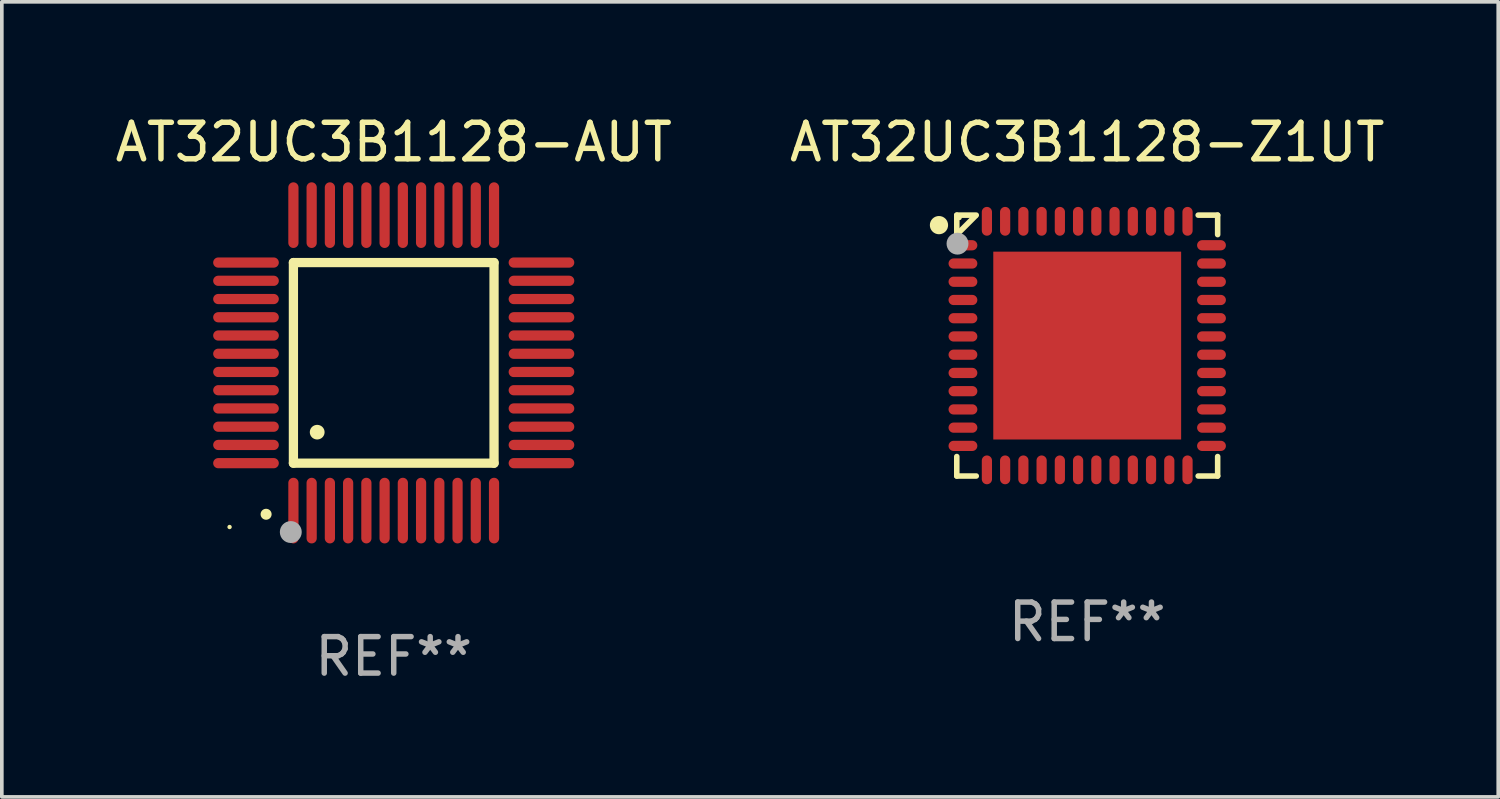
<source format=kicad_pcb>
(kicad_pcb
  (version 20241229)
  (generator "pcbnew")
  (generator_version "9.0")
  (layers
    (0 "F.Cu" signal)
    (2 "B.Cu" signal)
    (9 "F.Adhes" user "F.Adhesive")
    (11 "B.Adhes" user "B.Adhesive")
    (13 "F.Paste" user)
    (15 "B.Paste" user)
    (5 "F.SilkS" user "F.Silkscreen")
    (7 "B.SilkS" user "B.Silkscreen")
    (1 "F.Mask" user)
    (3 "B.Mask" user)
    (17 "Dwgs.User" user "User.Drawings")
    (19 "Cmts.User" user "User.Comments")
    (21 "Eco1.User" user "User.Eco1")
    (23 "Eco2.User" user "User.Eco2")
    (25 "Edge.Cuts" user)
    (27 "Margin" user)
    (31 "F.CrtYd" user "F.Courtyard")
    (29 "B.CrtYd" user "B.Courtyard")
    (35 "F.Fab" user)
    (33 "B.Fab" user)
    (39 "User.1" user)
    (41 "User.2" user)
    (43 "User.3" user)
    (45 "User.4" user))
  (footprint "AT32UC3B1128-AUT"
    (layer "F.Cu")
    (at 7.744 6.898)
    (property "Reference" "AT32UC3B1128-AUT" (at 0 -6.05 0) (layer "F.SilkS") (effects (font (size 1 1) (thickness 0.15))))
    (attr through_hole)
    (fp_line (start -2.75 -2.75) (end 2.75 -2.75) (stroke (width 0.254) (type solid)) (layer "F.SilkS"))
    (fp_line (start -2.75 2.75) (end -2.75 -2.75) (stroke (width 0.254) (type solid)) (layer "F.SilkS"))
    (fp_line (start 2.75 -2.75) (end 2.75 2.75) (stroke (width 0.254) (type solid)) (layer "F.SilkS"))
    (fp_line (start 2.75 2.75) (end -2.75 2.75) (stroke (width 0.254) (type solid)) (layer "F.SilkS"))
    (fp_arc (start -3.500127 4.150368) (mid -3.498857 4.150363) (end -3.497587 4.150368) (stroke (width 0.3) (type solid)) (layer "F.SilkS"))
    (fp_arc (start -2.100584 1.899924) (mid -2.098044 1.899908) (end -2.095504 1.899924) (stroke (width 0.4) (type solid)) (layer "F.SilkS"))
    (fp_circle (center -4.5 4.5) (end -4.47 4.5) (stroke (width 0.06) (type solid)) (fill no) (layer "F.SilkS"))
    (fp_circle (center -2.822 4.638) (end -2.672 4.638) (stroke (width 0.3) (type solid)) (fill no) (layer "F.Fab"))
    (fp_text user "REF**" (at 0 8.05 0) (layer "F.Fab") (effects (font (size 1 1) (thickness 0.15))))
    (pad "1" smd oval (at -2.75 4.05) (size 0.28 1.8) (layers "F.Cu" "F.Mask" "F.Paste"))
    (pad "2" smd oval (at -2.25 4.05) (size 0.28 1.8) (layers "F.Cu" "F.Mask" "F.Paste"))
    (pad "3" smd oval (at -1.75 4.05) (size 0.28 1.8) (layers "F.Cu" "F.Mask" "F.Paste"))
    (pad "4" smd oval (at -1.25 4.05) (size 0.28 1.8) (layers "F.Cu" "F.Mask" "F.Paste"))
    (pad "5" smd oval (at -0.75 4.05) (size 0.28 1.8) (layers "F.Cu" "F.Mask" "F.Paste"))
    (pad "6" smd oval (at -0.25 4.05) (size 0.28 1.8) (layers "F.Cu" "F.Mask" "F.Paste"))
    (pad "7" smd oval (at 0.25 4.05) (size 0.28 1.8) (layers "F.Cu" "F.Mask" "F.Paste"))
    (pad "8" smd oval (at 0.75 4.05) (size 0.28 1.8) (layers "F.Cu" "F.Mask" "F.Paste"))
    (pad "9" smd oval (at 1.25 4.05) (size 0.28 1.8) (layers "F.Cu" "F.Mask" "F.Paste"))
    (pad "10" smd oval (at 1.75 4.05) (size 0.28 1.8) (layers "F.Cu" "F.Mask" "F.Paste"))
    (pad "11" smd oval (at 2.25 4.05) (size 0.28 1.8) (layers "F.Cu" "F.Mask" "F.Paste"))
    (pad "12" smd oval (at 2.75 4.05) (size 0.28 1.8) (layers "F.Cu" "F.Mask" "F.Paste"))
    (pad "13" smd oval (at 4.05 2.75) (size 1.8 0.28) (layers "F.Cu" "F.Mask" "F.Paste"))
    (pad "14" smd oval (at 4.05 2.25) (size 1.8 0.28) (layers "F.Cu" "F.Mask" "F.Paste"))
    (pad "15" smd oval (at 4.05 1.75) (size 1.8 0.28) (layers "F.Cu" "F.Mask" "F.Paste"))
    (pad "16" smd oval (at 4.05 1.25) (size 1.8 0.28) (layers "F.Cu" "F.Mask" "F.Paste"))
    (pad "17" smd oval (at 4.05 0.75) (size 1.8 0.28) (layers "F.Cu" "F.Mask" "F.Paste"))
    (pad "18" smd oval (at 4.05 0.25) (size 1.8 0.28) (layers "F.Cu" "F.Mask" "F.Paste"))
    (pad "19" smd oval (at 4.05 -0.25) (size 1.8 0.28) (layers "F.Cu" "F.Mask" "F.Paste"))
    (pad "20" smd oval (at 4.05 -0.75) (size 1.8 0.28) (layers "F.Cu" "F.Mask" "F.Paste"))
    (pad "21" smd oval (at 4.05 -1.25) (size 1.8 0.28) (layers "F.Cu" "F.Mask" "F.Paste"))
    (pad "22" smd oval (at 4.05 -1.75) (size 1.8 0.28) (layers "F.Cu" "F.Mask" "F.Paste"))
    (pad "23" smd oval (at 4.05 -2.25) (size 1.8 0.28) (layers "F.Cu" "F.Mask" "F.Paste"))
    (pad "24" smd oval (at 4.05 -2.75) (size 1.8 0.28) (layers "F.Cu" "F.Mask" "F.Paste"))
    (pad "25" smd oval (at 2.75 -4.05) (size 0.28 1.8) (layers "F.Cu" "F.Mask" "F.Paste"))
    (pad "26" smd oval (at 2.25 -4.05) (size 0.28 1.8) (layers "F.Cu" "F.Mask" "F.Paste"))
    (pad "27" smd oval (at 1.75 -4.05) (size 0.28 1.8) (layers "F.Cu" "F.Mask" "F.Paste"))
    (pad "28" smd oval (at 1.25 -4.05) (size 0.28 1.8) (layers "F.Cu" "F.Mask" "F.Paste"))
    (pad "29" smd oval (at 0.75 -4.05) (size 0.28 1.8) (layers "F.Cu" "F.Mask" "F.Paste"))
    (pad "30" smd oval (at 0.25 -4.05) (size 0.28 1.8) (layers "F.Cu" "F.Mask" "F.Paste"))
    (pad "31" smd oval (at -0.25 -4.05) (size 0.28 1.8) (layers "F.Cu" "F.Mask" "F.Paste"))
    (pad "32" smd oval (at -0.75 -4.05) (size 0.28 1.8) (layers "F.Cu" "F.Mask" "F.Paste"))
    (pad "33" smd oval (at -1.25 -4.05) (size 0.28 1.8) (layers "F.Cu" "F.Mask" "F.Paste"))
    (pad "34" smd oval (at -1.75 -4.05) (size 0.28 1.8) (layers "F.Cu" "F.Mask" "F.Paste"))
    (pad "35" smd oval (at -2.25 -4.05) (size 0.28 1.8) (layers "F.Cu" "F.Mask" "F.Paste"))
    (pad "36" smd oval (at -2.75 -4.05) (size 0.28 1.8) (layers "F.Cu" "F.Mask" "F.Paste"))
    (pad "37" smd oval (at -4.05 -2.75) (size 1.8 0.28) (layers "F.Cu" "F.Mask" "F.Paste"))
    (pad "38" smd oval (at -4.05 -2.25) (size 1.8 0.28) (layers "F.Cu" "F.Mask" "F.Paste"))
    (pad "39" smd oval (at -4.05 -1.75) (size 1.8 0.28) (layers "F.Cu" "F.Mask" "F.Paste"))
    (pad "40" smd oval (at -4.05 -1.25) (size 1.8 0.28) (layers "F.Cu" "F.Mask" "F.Paste"))
    (pad "41" smd oval (at -4.05 -0.75) (size 1.8 0.28) (layers "F.Cu" "F.Mask" "F.Paste"))
    (pad "42" smd oval (at -4.05 -0.25) (size 1.8 0.28) (layers "F.Cu" "F.Mask" "F.Paste"))
    (pad "43" smd oval (at -4.05 0.25) (size 1.8 0.28) (layers "F.Cu" "F.Mask" "F.Paste"))
    (pad "44" smd oval (at -4.05 0.75) (size 1.8 0.28) (layers "F.Cu" "F.Mask" "F.Paste"))
    (pad "45" smd oval (at -4.05 1.25) (size 1.8 0.28) (layers "F.Cu" "F.Mask" "F.Paste"))
    (pad "46" smd oval (at -4.05 1.75) (size 1.8 0.28) (layers "F.Cu" "F.Mask" "F.Paste"))
    (pad "47" smd oval (at -4.05 2.25) (size 1.8 0.28) (layers "F.Cu" "F.Mask" "F.Paste"))
    (pad "48" smd oval (at -4.05 2.75) (size 1.8 0.28) (layers "F.Cu" "F.Mask" "F.Paste")))
  (footprint "AT32UC3B1128-Z1UT"
    (layer "F.Cu")
    (at 26.756 6.424)
    (property "Reference" "AT32UC3B1128-Z1UT" (at 0 -5.576 0) (layer "F.SilkS") (effects (font (size 1 1) (thickness 0.15))))
    (attr through_hole)
    (fp_line (start -3.576 -3.576) (end -3.042 -3.576) (stroke (width 0.152) (type solid)) (layer "F.SilkS"))
    (fp_line (start -3.576 -3.042) (end -3.576 -3.576) (stroke (width 0.152) (type solid)) (layer "F.SilkS"))
    (fp_line (start -3.576 3.042) (end -3.576 3.576) (stroke (width 0.152) (type solid)) (layer "F.SilkS"))
    (fp_line (start -3.576 3.576) (end -3.042 3.576) (stroke (width 0.152) (type solid)) (layer "F.SilkS"))
    (fp_line (start -3.069 -3.549) (end -3.549 -3.069) (stroke (width 0.152) (type solid)) (layer "F.SilkS"))
    (fp_line (start 3.576 -3.576) (end 3.042 -3.576) (stroke (width 0.152) (type solid)) (layer "F.SilkS"))
    (fp_line (start 3.576 -3.042) (end 3.576 -3.576) (stroke (width 0.152) (type solid)) (layer "F.SilkS"))
    (fp_line (start 3.576 3.042) (end 3.576 3.576) (stroke (width 0.152) (type solid)) (layer "F.SilkS"))
    (fp_line (start 3.576 3.576) (end 3.042 3.576) (stroke (width 0.152) (type solid)) (layer "F.SilkS"))
    (fp_circle (center -4.064 -3.302) (end -3.939 -3.302) (stroke (width 0.25) (type solid)) (fill no) (layer "F.SilkS"))
    (fp_circle (center -3.5 -3.5) (end -3.47 -3.5) (stroke (width 0.06) (type solid)) (fill no) (layer "F.SilkS"))
    (fp_circle (center -3.556 -2.794) (end -3.406 -2.794) (stroke (width 0.3) (type solid)) (fill no) (layer "F.Fab"))
    (fp_text user "REF**" (at 0 7.576 0) (layer "F.Fab") (effects (font (size 1 1) (thickness 0.15))))
    (pad "1" smd oval (at -3.407 -2.75) (size 0.79 0.28) (layers "F.Cu" "F.Mask" "F.Paste"))
    (pad "2" smd oval (at -3.407 -2.25) (size 0.79 0.28) (layers "F.Cu" "F.Mask" "F.Paste"))
    (pad "3" smd oval (at -3.407 -1.75) (size 0.79 0.28) (layers "F.Cu" "F.Mask" "F.Paste"))
    (pad "4" smd oval (at -3.407 -1.25) (size 0.79 0.28) (layers "F.Cu" "F.Mask" "F.Paste"))
    (pad "5" smd oval (at -3.407 -0.75) (size 0.79 0.28) (layers "F.Cu" "F.Mask" "F.Paste"))
    (pad "6" smd oval (at -3.407 -0.25) (size 0.79 0.28) (layers "F.Cu" "F.Mask" "F.Paste"))
    (pad "7" smd oval (at -3.407 0.25) (size 0.79 0.28) (layers "F.Cu" "F.Mask" "F.Paste"))
    (pad "8" smd oval (at -3.407 0.75) (size 0.79 0.28) (layers "F.Cu" "F.Mask" "F.Paste"))
    (pad "9" smd oval (at -3.407 1.25) (size 0.79 0.28) (layers "F.Cu" "F.Mask" "F.Paste"))
    (pad "10" smd oval (at -3.407 1.75) (size 0.79 0.28) (layers "F.Cu" "F.Mask" "F.Paste"))
    (pad "11" smd oval (at -3.407 2.25) (size 0.79 0.28) (layers "F.Cu" "F.Mask" "F.Paste"))
    (pad "12" smd oval (at -3.407 2.75) (size 0.79 0.28) (layers "F.Cu" "F.Mask" "F.Paste"))
    (pad "13" smd oval (at -2.75 3.407) (size 0.28 0.79) (layers "F.Cu" "F.Mask" "F.Paste"))
    (pad "14" smd oval (at -2.25 3.407) (size 0.28 0.79) (layers "F.Cu" "F.Mask" "F.Paste"))
    (pad "15" smd oval (at -1.75 3.407) (size 0.28 0.79) (layers "F.Cu" "F.Mask" "F.Paste"))
    (pad "16" smd oval (at -1.25 3.407) (size 0.28 0.79) (layers "F.Cu" "F.Mask" "F.Paste"))
    (pad "17" smd oval (at -0.75 3.407) (size 0.28 0.79) (layers "F.Cu" "F.Mask" "F.Paste"))
    (pad "18" smd oval (at -0.25 3.407) (size 0.28 0.79) (layers "F.Cu" "F.Mask" "F.Paste"))
    (pad "19" smd oval (at 0.25 3.407) (size 0.28 0.79) (layers "F.Cu" "F.Mask" "F.Paste"))
    (pad "20" smd oval (at 0.75 3.407) (size 0.28 0.79) (layers "F.Cu" "F.Mask" "F.Paste"))
    (pad "21" smd oval (at 1.25 3.407) (size 0.28 0.79) (layers "F.Cu" "F.Mask" "F.Paste"))
    (pad "22" smd oval (at 1.75 3.407) (size 0.28 0.79) (layers "F.Cu" "F.Mask" "F.Paste"))
    (pad "23" smd oval (at 2.25 3.407) (size 0.28 0.79) (layers "F.Cu" "F.Mask" "F.Paste"))
    (pad "24" smd oval (at 2.75 3.407) (size 0.28 0.79) (layers "F.Cu" "F.Mask" "F.Paste"))
    (pad "25" smd oval (at 3.407 2.75) (size 0.79 0.28) (layers "F.Cu" "F.Mask" "F.Paste"))
    (pad "26" smd oval (at 3.407 2.25) (size 0.79 0.28) (layers "F.Cu" "F.Mask" "F.Paste"))
    (pad "27" smd oval (at 3.407 1.75) (size 0.79 0.28) (layers "F.Cu" "F.Mask" "F.Paste"))
    (pad "28" smd oval (at 3.407 1.25) (size 0.79 0.28) (layers "F.Cu" "F.Mask" "F.Paste"))
    (pad "29" smd oval (at 3.407 0.75) (size 0.79 0.28) (layers "F.Cu" "F.Mask" "F.Paste"))
    (pad "30" smd oval (at 3.407 0.25) (size 0.79 0.28) (layers "F.Cu" "F.Mask" "F.Paste"))
    (pad "31" smd oval (at 3.407 -0.25) (size 0.79 0.28) (layers "F.Cu" "F.Mask" "F.Paste"))
    (pad "32" smd oval (at 3.407 -0.75) (size 0.79 0.28) (layers "F.Cu" "F.Mask" "F.Paste"))
    (pad "33" smd oval (at 3.407 -1.25) (size 0.79 0.28) (layers "F.Cu" "F.Mask" "F.Paste"))
    (pad "34" smd oval (at 3.407 -1.75) (size 0.79 0.28) (layers "F.Cu" "F.Mask" "F.Paste"))
    (pad "35" smd oval (at 3.407 -2.25) (size 0.79 0.28) (layers "F.Cu" "F.Mask" "F.Paste"))
    (pad "36" smd oval (at 3.407 -2.75) (size 0.79 0.28) (layers "F.Cu" "F.Mask" "F.Paste"))
    (pad "37" smd oval (at 2.75 -3.407) (size 0.28 0.79) (layers "F.Cu" "F.Mask" "F.Paste"))
    (pad "38" smd oval (at 2.25 -3.407) (size 0.28 0.79) (layers "F.Cu" "F.Mask" "F.Paste"))
    (pad "39" smd oval (at 1.75 -3.407) (size 0.28 0.79) (layers "F.Cu" "F.Mask" "F.Paste"))
    (pad "40" smd oval (at 1.25 -3.407) (size 0.28 0.79) (layers "F.Cu" "F.Mask" "F.Paste"))
    (pad "41" smd oval (at 0.75 -3.407) (size 0.28 0.79) (layers "F.Cu" "F.Mask" "F.Paste"))
    (pad "42" smd oval (at 0.25 -3.407) (size 0.28 0.79) (layers "F.Cu" "F.Mask" "F.Paste"))
    (pad "43" smd oval (at -0.25 -3.407) (size 0.28 0.79) (layers "F.Cu" "F.Mask" "F.Paste"))
    (pad "44" smd oval (at -0.75 -3.407) (size 0.28 0.79) (layers "F.Cu" "F.Mask" "F.Paste"))
    (pad "45" smd oval (at -1.25 -3.407) (size 0.28 0.79) (layers "F.Cu" "F.Mask" "F.Paste"))
    (pad "46" smd oval (at -1.75 -3.407) (size 0.28 0.79) (layers "F.Cu" "F.Mask" "F.Paste"))
    (pad "47" smd oval (at -2.25 -3.407) (size 0.28 0.79) (layers "F.Cu" "F.Mask" "F.Paste"))
    (pad "48" smd oval (at -2.75 -3.407) (size 0.28 0.79) (layers "F.Cu" "F.Mask" "F.Paste"))
    (pad "49" smd rect (at 0 0) (size 5.15 5.15) (layers "F.Cu" "F.Mask" "F.Paste")))
  (gr_rect
    (start -3 -3)
    (end 38.024 18.797)
    (stroke (width 0.1) (type default))
    (fill no)
    (layer "Edge.Cuts")))
</source>
